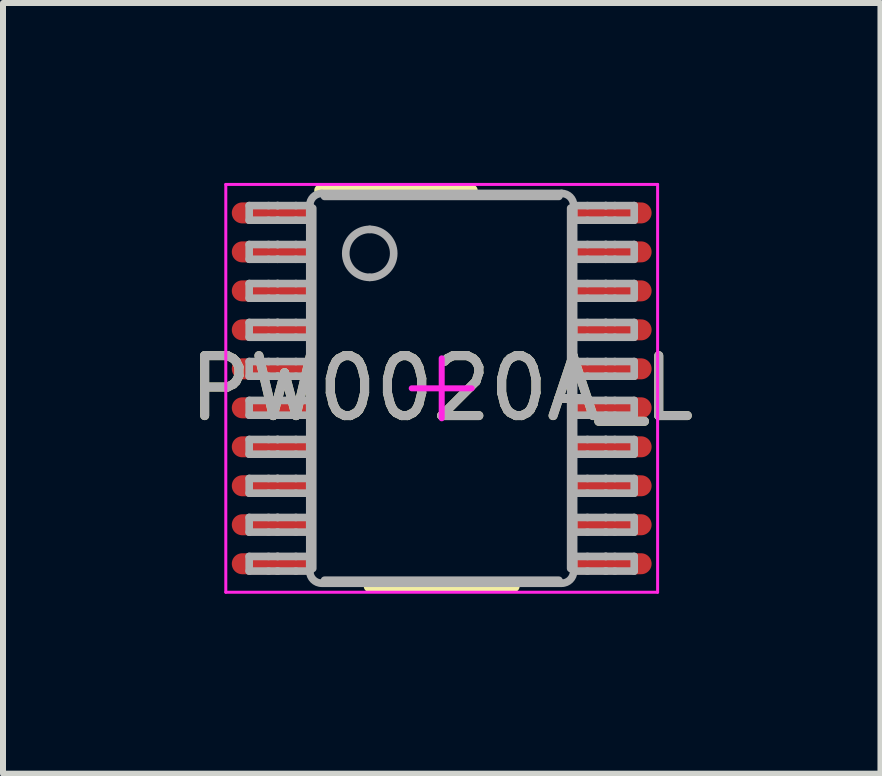
<source format=kicad_pcb>
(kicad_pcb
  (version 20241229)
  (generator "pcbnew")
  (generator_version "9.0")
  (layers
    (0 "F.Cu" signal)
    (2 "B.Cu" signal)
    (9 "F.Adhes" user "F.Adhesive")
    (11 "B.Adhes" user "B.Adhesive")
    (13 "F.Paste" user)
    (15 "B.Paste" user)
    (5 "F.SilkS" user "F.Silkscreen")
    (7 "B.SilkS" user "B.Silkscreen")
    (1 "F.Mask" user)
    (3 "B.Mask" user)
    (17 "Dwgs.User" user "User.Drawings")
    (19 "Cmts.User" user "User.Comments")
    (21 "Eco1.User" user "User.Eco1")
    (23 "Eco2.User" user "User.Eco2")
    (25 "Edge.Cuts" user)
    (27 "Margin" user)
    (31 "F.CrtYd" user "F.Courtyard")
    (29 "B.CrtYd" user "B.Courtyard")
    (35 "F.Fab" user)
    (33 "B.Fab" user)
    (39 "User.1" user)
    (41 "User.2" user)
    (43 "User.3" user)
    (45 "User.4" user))
  (footprint "PW0020A_L"
    (layer "F.Cu")
    (at 4.315 3.425)
    (property "Reference" "PW0020A_L" (at 0 0 0) (unlocked yes) (layer "F.SilkS") (effects (font (size 1 1) (thickness 0.15))))
    (attr smd)
    (fp_line (start -2.025 -3.3) (end 0.5 -3.3) (stroke (width 0.2) (type solid)) (layer "F.SilkS"))
    (fp_line (start -1.2 3.3) (end 1.2 3.3) (stroke (width 0.2) (type solid)) (layer "F.SilkS"))
    (fp_line (start -3.6 -3.4) (end 3.6 -3.4) (stroke (width 0.05) (type solid)) (layer "F.CrtYd"))
    (fp_line (start -3.6 3.4) (end -3.6 -3.4) (stroke (width 0.05) (type solid)) (layer "F.CrtYd"))
    (fp_line (start -3.6 3.4) (end 3.6 3.4) (stroke (width 0.05) (type solid)) (layer "F.CrtYd"))
    (fp_line (start -0.5 0) (end 0.5 0) (stroke (width 0.1) (type solid)) (layer "F.CrtYd"))
    (fp_line (start 0 0.5) (end 0 -0.5) (stroke (width 0.1) (type solid)) (layer "F.CrtYd"))
    (fp_line (start 3.6 3.4) (end 3.6 -3.4) (stroke (width 0.05) (type solid)) (layer "F.CrtYd"))
    (fp_line (start -3.21 -3.047) (end -2.887 -3.047) (stroke (width 0.127) (type solid)) (layer "F.Fab"))
    (fp_line (start -3.21 -2.803) (end -3.21 -3.047) (stroke (width 0.127) (type solid)) (layer "F.Fab"))
    (fp_line (start -3.21 -2.803) (end -2.887 -2.803) (stroke (width 0.127) (type solid)) (layer "F.Fab"))
    (fp_line (start -3.21 -2.398) (end -2.887 -2.398) (stroke (width 0.127) (type solid)) (layer "F.Fab"))
    (fp_line (start -3.21 -2.152) (end -3.21 -2.398) (stroke (width 0.127) (type solid)) (layer "F.Fab"))
    (fp_line (start -3.21 -2.152) (end -2.887 -2.152) (stroke (width 0.127) (type solid)) (layer "F.Fab"))
    (fp_line (start -3.21 -1.747) (end -2.887 -1.747) (stroke (width 0.127) (type solid)) (layer "F.Fab"))
    (fp_line (start -3.21 -1.503) (end -3.21 -1.747) (stroke (width 0.127) (type solid)) (layer "F.Fab"))
    (fp_line (start -3.21 -1.503) (end -2.887 -1.503) (stroke (width 0.127) (type solid)) (layer "F.Fab"))
    (fp_line (start -3.21 -1.098) (end -2.887 -1.098) (stroke (width 0.127) (type solid)) (layer "F.Fab"))
    (fp_line (start -3.21 -0.852) (end -3.21 -1.098) (stroke (width 0.127) (type solid)) (layer "F.Fab"))
    (fp_line (start -3.21 -0.852) (end -2.887 -0.852) (stroke (width 0.127) (type solid)) (layer "F.Fab"))
    (fp_line (start -3.21 -0.447) (end -2.887 -0.447) (stroke (width 0.127) (type solid)) (layer "F.Fab"))
    (fp_line (start -3.21 -0.202) (end -3.21 -0.447) (stroke (width 0.127) (type solid)) (layer "F.Fab"))
    (fp_line (start -3.21 -0.202) (end -2.887 -0.202) (stroke (width 0.127) (type solid)) (layer "F.Fab"))
    (fp_line (start -3.21 0.202) (end -2.887 0.202) (stroke (width 0.127) (type solid)) (layer "F.Fab"))
    (fp_line (start -3.21 0.448) (end -3.21 0.202) (stroke (width 0.127) (type solid)) (layer "F.Fab"))
    (fp_line (start -3.21 0.448) (end -2.887 0.448) (stroke (width 0.127) (type solid)) (layer "F.Fab"))
    (fp_line (start -3.21 0.853) (end -2.887 0.853) (stroke (width 0.127) (type solid)) (layer "F.Fab"))
    (fp_line (start -3.21 1.098) (end -3.21 0.853) (stroke (width 0.127) (type solid)) (layer "F.Fab"))
    (fp_line (start -3.21 1.098) (end -2.887 1.098) (stroke (width 0.127) (type solid)) (layer "F.Fab"))
    (fp_line (start -3.21 1.503) (end -2.887 1.503) (stroke (width 0.127) (type solid)) (layer "F.Fab"))
    (fp_line (start -3.21 1.748) (end -3.21 1.503) (stroke (width 0.127) (type solid)) (layer "F.Fab"))
    (fp_line (start -3.21 1.748) (end -2.887 1.748) (stroke (width 0.127) (type solid)) (layer "F.Fab"))
    (fp_line (start -3.21 2.153) (end -2.887 2.153) (stroke (width 0.127) (type solid)) (layer "F.Fab"))
    (fp_line (start -3.21 2.398) (end -3.21 2.153) (stroke (width 0.127) (type solid)) (layer "F.Fab"))
    (fp_line (start -3.21 2.398) (end -2.887 2.398) (stroke (width 0.127) (type solid)) (layer "F.Fab"))
    (fp_line (start -3.21 2.803) (end -2.887 2.803) (stroke (width 0.127) (type solid)) (layer "F.Fab"))
    (fp_line (start -3.21 3.047) (end -3.21 2.803) (stroke (width 0.127) (type solid)) (layer "F.Fab"))
    (fp_line (start -3.21 3.047) (end -2.887 3.047) (stroke (width 0.127) (type solid)) (layer "F.Fab"))
    (fp_line (start -2.887 -3.047) (end -2.739 -3.047) (stroke (width 0.127) (type solid)) (layer "F.Fab"))
    (fp_line (start -2.887 -2.803) (end -2.739 -2.803) (stroke (width 0.127) (type solid)) (layer "F.Fab"))
    (fp_line (start -2.887 -2.398) (end -2.739 -2.398) (stroke (width 0.127) (type solid)) (layer "F.Fab"))
    (fp_line (start -2.887 -2.152) (end -2.739 -2.152) (stroke (width 0.127) (type solid)) (layer "F.Fab"))
    (fp_line (start -2.887 -1.747) (end -2.739 -1.747) (stroke (width 0.127) (type solid)) (layer "F.Fab"))
    (fp_line (start -2.887 -1.503) (end -2.739 -1.503) (stroke (width 0.127) (type solid)) (layer "F.Fab"))
    (fp_line (start -2.887 -1.098) (end -2.739 -1.098) (stroke (width 0.127) (type solid)) (layer "F.Fab"))
    (fp_line (start -2.887 -0.852) (end -2.739 -0.852) (stroke (width 0.127) (type solid)) (layer "F.Fab"))
    (fp_line (start -2.887 -0.447) (end -2.739 -0.447) (stroke (width 0.127) (type solid)) (layer "F.Fab"))
    (fp_line (start -2.887 -0.202) (end -2.739 -0.202) (stroke (width 0.127) (type solid)) (layer "F.Fab"))
    (fp_line (start -2.887 0.202) (end -2.739 0.202) (stroke (width 0.127) (type solid)) (layer "F.Fab"))
    (fp_line (start -2.887 0.448) (end -2.739 0.448) (stroke (width 0.127) (type solid)) (layer "F.Fab"))
    (fp_line (start -2.887 0.853) (end -2.739 0.853) (stroke (width 0.127) (type solid)) (layer "F.Fab"))
    (fp_line (start -2.887 1.098) (end -2.739 1.098) (stroke (width 0.127) (type solid)) (layer "F.Fab"))
    (fp_line (start -2.887 1.503) (end -2.739 1.503) (stroke (width 0.127) (type solid)) (layer "F.Fab"))
    (fp_line (start -2.887 1.748) (end -2.739 1.748) (stroke (width 0.127) (type solid)) (layer "F.Fab"))
    (fp_line (start -2.887 2.153) (end -2.739 2.153) (stroke (width 0.127) (type solid)) (layer "F.Fab"))
    (fp_line (start -2.887 2.398) (end -2.739 2.398) (stroke (width 0.127) (type solid)) (layer "F.Fab"))
    (fp_line (start -2.887 2.803) (end -2.739 2.803) (stroke (width 0.127) (type solid)) (layer "F.Fab"))
    (fp_line (start -2.887 3.047) (end -2.739 3.047) (stroke (width 0.127) (type solid)) (layer "F.Fab"))
    (fp_line (start -2.739 -3.047) (end -2.733 -3.047) (stroke (width 0.127) (type solid)) (layer "F.Fab"))
    (fp_line (start -2.739 -2.803) (end -2.733 -2.803) (stroke (width 0.127) (type solid)) (layer "F.Fab"))
    (fp_line (start -2.739 -2.398) (end -2.733 -2.398) (stroke (width 0.127) (type solid)) (layer "F.Fab"))
    (fp_line (start -2.739 -2.152) (end -2.733 -2.152) (stroke (width 0.127) (type solid)) (layer "F.Fab"))
    (fp_line (start -2.739 -1.747) (end -2.733 -1.747) (stroke (width 0.127) (type solid)) (layer "F.Fab"))
    (fp_line (start -2.739 -1.503) (end -2.733 -1.503) (stroke (width 0.127) (type solid)) (layer "F.Fab"))
    (fp_line (start -2.739 -1.098) (end -2.733 -1.098) (stroke (width 0.127) (type solid)) (layer "F.Fab"))
    (fp_line (start -2.739 -0.852) (end -2.733 -0.852) (stroke (width 0.127) (type solid)) (layer "F.Fab"))
    (fp_line (start -2.739 -0.447) (end -2.733 -0.447) (stroke (width 0.127) (type solid)) (layer "F.Fab"))
    (fp_line (start -2.739 -0.202) (end -2.733 -0.202) (stroke (width 0.127) (type solid)) (layer "F.Fab"))
    (fp_line (start -2.739 0.202) (end -2.733 0.202) (stroke (width 0.127) (type solid)) (layer "F.Fab"))
    (fp_line (start -2.739 0.448) (end -2.733 0.448) (stroke (width 0.127) (type solid)) (layer "F.Fab"))
    (fp_line (start -2.739 0.853) (end -2.733 0.853) (stroke (width 0.127) (type solid)) (layer "F.Fab"))
    (fp_line (start -2.739 1.098) (end -2.733 1.098) (stroke (width 0.127) (type solid)) (layer "F.Fab"))
    (fp_line (start -2.739 1.503) (end -2.733 1.503) (stroke (width 0.127) (type solid)) (layer "F.Fab"))
    (fp_line (start -2.739 1.748) (end -2.733 1.748) (stroke (width 0.127) (type solid)) (layer "F.Fab"))
    (fp_line (start -2.739 2.153) (end -2.733 2.153) (stroke (width 0.127) (type solid)) (layer "F.Fab"))
    (fp_line (start -2.739 2.398) (end -2.733 2.398) (stroke (width 0.127) (type solid)) (layer "F.Fab"))
    (fp_line (start -2.739 2.803) (end -2.733 2.803) (stroke (width 0.127) (type solid)) (layer "F.Fab"))
    (fp_line (start -2.739 3.047) (end -2.733 3.047) (stroke (width 0.127) (type solid)) (layer "F.Fab"))
    (fp_line (start -2.733 -3.047) (end -2.431 -3.047) (stroke (width 0.127) (type solid)) (layer "F.Fab"))
    (fp_line (start -2.733 -2.803) (end -2.431 -2.803) (stroke (width 0.127) (type solid)) (layer "F.Fab"))
    (fp_line (start -2.733 -2.398) (end -2.431 -2.398) (stroke (width 0.127) (type solid)) (layer "F.Fab"))
    (fp_line (start -2.733 -2.152) (end -2.431 -2.152) (stroke (width 0.127) (type solid)) (layer "F.Fab"))
    (fp_line (start -2.733 -1.747) (end -2.431 -1.747) (stroke (width 0.127) (type solid)) (layer "F.Fab"))
    (fp_line (start -2.733 -1.503) (end -2.431 -1.503) (stroke (width 0.127) (type solid)) (layer "F.Fab"))
    (fp_line (start -2.733 -1.098) (end -2.431 -1.098) (stroke (width 0.127) (type solid)) (layer "F.Fab"))
    (fp_line (start -2.733 -0.852) (end -2.431 -0.852) (stroke (width 0.127) (type solid)) (layer "F.Fab"))
    (fp_line (start -2.733 -0.447) (end -2.431 -0.447) (stroke (width 0.127) (type solid)) (layer "F.Fab"))
    (fp_line (start -2.733 -0.202) (end -2.431 -0.202) (stroke (width 0.127) (type solid)) (layer "F.Fab"))
    (fp_line (start -2.733 0.202) (end -2.431 0.202) (stroke (width 0.127) (type solid)) (layer "F.Fab"))
    (fp_line (start -2.733 0.448) (end -2.431 0.448) (stroke (width 0.127) (type solid)) (layer "F.Fab"))
    (fp_line (start -2.733 0.853) (end -2.431 0.853) (stroke (width 0.127) (type solid)) (layer "F.Fab"))
    (fp_line (start -2.733 1.098) (end -2.431 1.098) (stroke (width 0.127) (type solid)) (layer "F.Fab"))
    (fp_line (start -2.733 1.503) (end -2.431 1.503) (stroke (width 0.127) (type solid)) (layer "F.Fab"))
    (fp_line (start -2.733 1.748) (end -2.431 1.748) (stroke (width 0.127) (type solid)) (layer "F.Fab"))
    (fp_line (start -2.733 2.153) (end -2.431 2.153) (stroke (width 0.127) (type solid)) (layer "F.Fab"))
    (fp_line (start -2.733 2.398) (end -2.431 2.398) (stroke (width 0.127) (type solid)) (layer "F.Fab"))
    (fp_line (start -2.733 2.803) (end -2.431 2.803) (stroke (width 0.127) (type solid)) (layer "F.Fab"))
    (fp_line (start -2.733 3.047) (end -2.431 3.047) (stroke (width 0.127) (type solid)) (layer "F.Fab"))
    (fp_line (start -2.431 -3.047) (end -2.2 -3.047) (stroke (width 0.127) (type solid)) (layer "F.Fab"))
    (fp_line (start -2.431 -2.803) (end -2.2 -2.803) (stroke (width 0.127) (type solid)) (layer "F.Fab"))
    (fp_line (start -2.431 -2.398) (end -2.2 -2.398) (stroke (width 0.127) (type solid)) (layer "F.Fab"))
    (fp_line (start -2.431 -2.152) (end -2.2 -2.152) (stroke (width 0.127) (type solid)) (layer "F.Fab"))
    (fp_line (start -2.431 -1.747) (end -2.2 -1.747) (stroke (width 0.127) (type solid)) (layer "F.Fab"))
    (fp_line (start -2.431 -1.503) (end -2.2 -1.503) (stroke (width 0.127) (type solid)) (layer "F.Fab"))
    (fp_line (start -2.431 -1.098) (end -2.2 -1.098) (stroke (width 0.127) (type solid)) (layer "F.Fab"))
    (fp_line (start -2.431 -0.852) (end -2.2 -0.852) (stroke (width 0.127) (type solid)) (layer "F.Fab"))
    (fp_line (start -2.431 -0.447) (end -2.2 -0.447) (stroke (width 0.127) (type solid)) (layer "F.Fab"))
    (fp_line (start -2.431 -0.202) (end -2.2 -0.202) (stroke (width 0.127) (type solid)) (layer "F.Fab"))
    (fp_line (start -2.431 0.202) (end -2.2 0.202) (stroke (width 0.127) (type solid)) (layer "F.Fab"))
    (fp_line (start -2.431 0.448) (end -2.2 0.448) (stroke (width 0.127) (type solid)) (layer "F.Fab"))
    (fp_line (start -2.431 0.853) (end -2.2 0.853) (stroke (width 0.127) (type solid)) (layer "F.Fab"))
    (fp_line (start -2.431 1.098) (end -2.2 1.098) (stroke (width 0.127) (type solid)) (layer "F.Fab"))
    (fp_line (start -2.431 1.503) (end -2.2 1.503) (stroke (width 0.127) (type solid)) (layer "F.Fab"))
    (fp_line (start -2.431 1.748) (end -2.2 1.748) (stroke (width 0.127) (type solid)) (layer "F.Fab"))
    (fp_line (start -2.431 2.153) (end -2.2 2.153) (stroke (width 0.127) (type solid)) (layer "F.Fab"))
    (fp_line (start -2.431 2.398) (end -2.2 2.398) (stroke (width 0.127) (type solid)) (layer "F.Fab"))
    (fp_line (start -2.431 2.803) (end -2.2 2.803) (stroke (width 0.127) (type solid)) (layer "F.Fab"))
    (fp_line (start -2.431 3.047) (end -2.2 3.047) (stroke (width 0.127) (type solid)) (layer "F.Fab"))
    (fp_line (start -2.2 -2.803) (end -2.2 -3.047) (stroke (width 0.127) (type solid)) (layer "F.Fab"))
    (fp_line (start -2.2 -2.152) (end -2.2 -2.398) (stroke (width 0.127) (type solid)) (layer "F.Fab"))
    (fp_line (start -2.2 -1.503) (end -2.2 -1.747) (stroke (width 0.127) (type solid)) (layer "F.Fab"))
    (fp_line (start -2.2 -0.852) (end -2.2 -1.098) (stroke (width 0.127) (type solid)) (layer "F.Fab"))
    (fp_line (start -2.2 -0.202) (end -2.2 -0.447) (stroke (width 0.127) (type solid)) (layer "F.Fab"))
    (fp_line (start -2.2 0.448) (end -2.2 0.202) (stroke (width 0.127) (type solid)) (layer "F.Fab"))
    (fp_line (start -2.2 1.098) (end -2.2 0.853) (stroke (width 0.127) (type solid)) (layer "F.Fab"))
    (fp_line (start -2.2 1.748) (end -2.2 1.503) (stroke (width 0.127) (type solid)) (layer "F.Fab"))
    (fp_line (start -2.2 2.398) (end -2.2 2.153) (stroke (width 0.127) (type solid)) (layer "F.Fab"))
    (fp_line (start -2.2 3.047) (end -2.2 2.803) (stroke (width 0.127) (type solid)) (layer "F.Fab"))
    (fp_line (start -2.2 3.05) (end -2.2 -3.05) (stroke (width 0.127) (type solid)) (layer "F.Fab"))
    (fp_line (start -2.15 3.004) (end -2.15 -3.004) (stroke (width 0.127) (type solid)) (layer "F.Fab"))
    (fp_line (start -2 -3.25) (end 2 -3.25) (stroke (width 0.127) (type solid)) (layer "F.Fab"))
    (fp_line (start -2 3.25) (end 2 3.25) (stroke (width 0.127) (type solid)) (layer "F.Fab"))
    (fp_line (start -1.954 -3.2) (end 1.954 -3.2) (stroke (width 0.127) (type solid)) (layer "F.Fab"))
    (fp_line (start -1.954 3.2) (end 1.954 3.2) (stroke (width 0.127) (type solid)) (layer "F.Fab"))
    (fp_line (start 2.15 3.004) (end 2.15 -3.004) (stroke (width 0.127) (type solid)) (layer "F.Fab"))
    (fp_line (start 2.2 -3.047) (end 2.43 -3.047) (stroke (width 0.127) (type solid)) (layer "F.Fab"))
    (fp_line (start 2.2 -2.803) (end 2.2 -3.047) (stroke (width 0.127) (type solid)) (layer "F.Fab"))
    (fp_line (start 2.2 -2.803) (end 2.43 -2.803) (stroke (width 0.127) (type solid)) (layer "F.Fab"))
    (fp_line (start 2.2 -2.398) (end 2.43 -2.398) (stroke (width 0.127) (type solid)) (layer "F.Fab"))
    (fp_line (start 2.2 -2.152) (end 2.2 -2.398) (stroke (width 0.127) (type solid)) (layer "F.Fab"))
    (fp_line (start 2.2 -2.152) (end 2.43 -2.152) (stroke (width 0.127) (type solid)) (layer "F.Fab"))
    (fp_line (start 2.2 -1.747) (end 2.43 -1.747) (stroke (width 0.127) (type solid)) (layer "F.Fab"))
    (fp_line (start 2.2 -1.503) (end 2.2 -1.747) (stroke (width 0.127) (type solid)) (layer "F.Fab"))
    (fp_line (start 2.2 -1.503) (end 2.43 -1.503) (stroke (width 0.127) (type solid)) (layer "F.Fab"))
    (fp_line (start 2.2 -1.098) (end 2.43 -1.098) (stroke (width 0.127) (type solid)) (layer "F.Fab"))
    (fp_line (start 2.2 -0.852) (end 2.2 -1.098) (stroke (width 0.127) (type solid)) (layer "F.Fab"))
    (fp_line (start 2.2 -0.852) (end 2.43 -0.852) (stroke (width 0.127) (type solid)) (layer "F.Fab"))
    (fp_line (start 2.2 -0.447) (end 2.43 -0.447) (stroke (width 0.127) (type solid)) (layer "F.Fab"))
    (fp_line (start 2.2 -0.202) (end 2.2 -0.447) (stroke (width 0.127) (type solid)) (layer "F.Fab"))
    (fp_line (start 2.2 -0.202) (end 2.43 -0.202) (stroke (width 0.127) (type solid)) (layer "F.Fab"))
    (fp_line (start 2.2 0.202) (end 2.43 0.202) (stroke (width 0.127) (type solid)) (layer "F.Fab"))
    (fp_line (start 2.2 0.448) (end 2.2 0.202) (stroke (width 0.127) (type solid)) (layer "F.Fab"))
    (fp_line (start 2.2 0.448) (end 2.43 0.448) (stroke (width 0.127) (type solid)) (layer "F.Fab"))
    (fp_line (start 2.2 0.853) (end 2.43 0.853) (stroke (width 0.127) (type solid)) (layer "F.Fab"))
    (fp_line (start 2.2 1.098) (end 2.2 0.853) (stroke (width 0.127) (type solid)) (layer "F.Fab"))
    (fp_line (start 2.2 1.098) (end 2.43 1.098) (stroke (width 0.127) (type solid)) (layer "F.Fab"))
    (fp_line (start 2.2 1.503) (end 2.43 1.503) (stroke (width 0.127) (type solid)) (layer "F.Fab"))
    (fp_line (start 2.2 1.748) (end 2.2 1.503) (stroke (width 0.127) (type solid)) (layer "F.Fab"))
    (fp_line (start 2.2 1.748) (end 2.43 1.748) (stroke (width 0.127) (type solid)) (layer "F.Fab"))
    (fp_line (start 2.2 2.153) (end 2.43 2.153) (stroke (width 0.127) (type solid)) (layer "F.Fab"))
    (fp_line (start 2.2 2.398) (end 2.2 2.153) (stroke (width 0.127) (type solid)) (layer "F.Fab"))
    (fp_line (start 2.2 2.398) (end 2.43 2.398) (stroke (width 0.127) (type solid)) (layer "F.Fab"))
    (fp_line (start 2.2 2.803) (end 2.43 2.803) (stroke (width 0.127) (type solid)) (layer "F.Fab"))
    (fp_line (start 2.2 3.047) (end 2.2 2.803) (stroke (width 0.127) (type solid)) (layer "F.Fab"))
    (fp_line (start 2.2 3.047) (end 2.43 3.047) (stroke (width 0.127) (type solid)) (layer "F.Fab"))
    (fp_line (start 2.2 3.05) (end 2.2 -3.05) (stroke (width 0.127) (type solid)) (layer "F.Fab"))
    (fp_line (start 2.43 -3.047) (end 2.733 -3.047) (stroke (width 0.127) (type solid)) (layer "F.Fab"))
    (fp_line (start 2.43 -2.803) (end 2.733 -2.803) (stroke (width 0.127) (type solid)) (layer "F.Fab"))
    (fp_line (start 2.43 -2.398) (end 2.733 -2.398) (stroke (width 0.127) (type solid)) (layer "F.Fab"))
    (fp_line (start 2.43 -2.152) (end 2.733 -2.152) (stroke (width 0.127) (type solid)) (layer "F.Fab"))
    (fp_line (start 2.43 -1.747) (end 2.733 -1.747) (stroke (width 0.127) (type solid)) (layer "F.Fab"))
    (fp_line (start 2.43 -1.503) (end 2.733 -1.503) (stroke (width 0.127) (type solid)) (layer "F.Fab"))
    (fp_line (start 2.43 -1.098) (end 2.733 -1.098) (stroke (width 0.127) (type solid)) (layer "F.Fab"))
    (fp_line (start 2.43 -0.852) (end 2.733 -0.852) (stroke (width 0.127) (type solid)) (layer "F.Fab"))
    (fp_line (start 2.43 -0.447) (end 2.733 -0.447) (stroke (width 0.127) (type solid)) (layer "F.Fab"))
    (fp_line (start 2.43 -0.202) (end 2.733 -0.202) (stroke (width 0.127) (type solid)) (layer "F.Fab"))
    (fp_line (start 2.43 0.202) (end 2.733 0.202) (stroke (width 0.127) (type solid)) (layer "F.Fab"))
    (fp_line (start 2.43 0.448) (end 2.733 0.448) (stroke (width 0.127) (type solid)) (layer "F.Fab"))
    (fp_line (start 2.43 0.853) (end 2.733 0.853) (stroke (width 0.127) (type solid)) (layer "F.Fab"))
    (fp_line (start 2.43 1.098) (end 2.733 1.098) (stroke (width 0.127) (type solid)) (layer "F.Fab"))
    (fp_line (start 2.43 1.503) (end 2.733 1.503) (stroke (width 0.127) (type solid)) (layer "F.Fab"))
    (fp_line (start 2.43 1.748) (end 2.733 1.748) (stroke (width 0.127) (type solid)) (layer "F.Fab"))
    (fp_line (start 2.43 2.153) (end 2.733 2.153) (stroke (width 0.127) (type solid)) (layer "F.Fab"))
    (fp_line (start 2.43 2.398) (end 2.733 2.398) (stroke (width 0.127) (type solid)) (layer "F.Fab"))
    (fp_line (start 2.43 2.803) (end 2.733 2.803) (stroke (width 0.127) (type solid)) (layer "F.Fab"))
    (fp_line (start 2.43 3.047) (end 2.733 3.047) (stroke (width 0.127) (type solid)) (layer "F.Fab"))
    (fp_line (start 2.733 -3.047) (end 2.739 -3.047) (stroke (width 0.127) (type solid)) (layer "F.Fab"))
    (fp_line (start 2.733 -2.803) (end 2.739 -2.803) (stroke (width 0.127) (type solid)) (layer "F.Fab"))
    (fp_line (start 2.733 -2.398) (end 2.739 -2.398) (stroke (width 0.127) (type solid)) (layer "F.Fab"))
    (fp_line (start 2.733 -2.152) (end 2.739 -2.152) (stroke (width 0.127) (type solid)) (layer "F.Fab"))
    (fp_line (start 2.733 -1.747) (end 2.739 -1.747) (stroke (width 0.127) (type solid)) (layer "F.Fab"))
    (fp_line (start 2.733 -1.503) (end 2.739 -1.503) (stroke (width 0.127) (type solid)) (layer "F.Fab"))
    (fp_line (start 2.733 -1.098) (end 2.739 -1.098) (stroke (width 0.127) (type solid)) (layer "F.Fab"))
    (fp_line (start 2.733 -0.852) (end 2.739 -0.852) (stroke (width 0.127) (type solid)) (layer "F.Fab"))
    (fp_line (start 2.733 -0.447) (end 2.739 -0.447) (stroke (width 0.127) (type solid)) (layer "F.Fab"))
    (fp_line (start 2.733 -0.202) (end 2.739 -0.202) (stroke (width 0.127) (type solid)) (layer "F.Fab"))
    (fp_line (start 2.733 0.202) (end 2.739 0.202) (stroke (width 0.127) (type solid)) (layer "F.Fab"))
    (fp_line (start 2.733 0.448) (end 2.739 0.448) (stroke (width 0.127) (type solid)) (layer "F.Fab"))
    (fp_line (start 2.733 0.853) (end 2.739 0.853) (stroke (width 0.127) (type solid)) (layer "F.Fab"))
    (fp_line (start 2.733 1.098) (end 2.739 1.098) (stroke (width 0.127) (type solid)) (layer "F.Fab"))
    (fp_line (start 2.733 1.503) (end 2.739 1.503) (stroke (width 0.127) (type solid)) (layer "F.Fab"))
    (fp_line (start 2.733 1.748) (end 2.739 1.748) (stroke (width 0.127) (type solid)) (layer "F.Fab"))
    (fp_line (start 2.733 2.153) (end 2.739 2.153) (stroke (width 0.127) (type solid)) (layer "F.Fab"))
    (fp_line (start 2.733 2.398) (end 2.739 2.398) (stroke (width 0.127) (type solid)) (layer "F.Fab"))
    (fp_line (start 2.733 2.803) (end 2.739 2.803) (stroke (width 0.127) (type solid)) (layer "F.Fab"))
    (fp_line (start 2.733 3.047) (end 2.739 3.047) (stroke (width 0.127) (type solid)) (layer "F.Fab"))
    (fp_line (start 2.739 -3.047) (end 2.887 -3.047) (stroke (width 0.127) (type solid)) (layer "F.Fab"))
    (fp_line (start 2.739 -2.803) (end 2.887 -2.803) (stroke (width 0.127) (type solid)) (layer "F.Fab"))
    (fp_line (start 2.739 -2.398) (end 2.887 -2.398) (stroke (width 0.127) (type solid)) (layer "F.Fab"))
    (fp_line (start 2.739 -2.152) (end 2.887 -2.152) (stroke (width 0.127) (type solid)) (layer "F.Fab"))
    (fp_line (start 2.739 -1.747) (end 2.887 -1.747) (stroke (width 0.127) (type solid)) (layer "F.Fab"))
    (fp_line (start 2.739 -1.503) (end 2.887 -1.503) (stroke (width 0.127) (type solid)) (layer "F.Fab"))
    (fp_line (start 2.739 -1.098) (end 2.887 -1.098) (stroke (width 0.127) (type solid)) (layer "F.Fab"))
    (fp_line (start 2.739 -0.852) (end 2.887 -0.852) (stroke (width 0.127) (type solid)) (layer "F.Fab"))
    (fp_line (start 2.739 -0.447) (end 2.887 -0.447) (stroke (width 0.127) (type solid)) (layer "F.Fab"))
    (fp_line (start 2.739 -0.202) (end 2.887 -0.202) (stroke (width 0.127) (type solid)) (layer "F.Fab"))
    (fp_line (start 2.739 0.202) (end 2.887 0.202) (stroke (width 0.127) (type solid)) (layer "F.Fab"))
    (fp_line (start 2.739 0.448) (end 2.887 0.448) (stroke (width 0.127) (type solid)) (layer "F.Fab"))
    (fp_line (start 2.739 0.853) (end 2.887 0.853) (stroke (width 0.127) (type solid)) (layer "F.Fab"))
    (fp_line (start 2.739 1.098) (end 2.887 1.098) (stroke (width 0.127) (type solid)) (layer "F.Fab"))
    (fp_line (start 2.739 1.503) (end 2.887 1.503) (stroke (width 0.127) (type solid)) (layer "F.Fab"))
    (fp_line (start 2.739 1.748) (end 2.887 1.748) (stroke (width 0.127) (type solid)) (layer "F.Fab"))
    (fp_line (start 2.739 2.153) (end 2.887 2.153) (stroke (width 0.127) (type solid)) (layer "F.Fab"))
    (fp_line (start 2.739 2.398) (end 2.887 2.398) (stroke (width 0.127) (type solid)) (layer "F.Fab"))
    (fp_line (start 2.739 2.803) (end 2.887 2.803) (stroke (width 0.127) (type solid)) (layer "F.Fab"))
    (fp_line (start 2.739 3.047) (end 2.887 3.047) (stroke (width 0.127) (type solid)) (layer "F.Fab"))
    (fp_line (start 2.887 -3.047) (end 3.21 -3.047) (stroke (width 0.127) (type solid)) (layer "F.Fab"))
    (fp_line (start 2.887 -2.803) (end 3.21 -2.803) (stroke (width 0.127) (type solid)) (layer "F.Fab"))
    (fp_line (start 2.887 -2.398) (end 3.21 -2.398) (stroke (width 0.127) (type solid)) (layer "F.Fab"))
    (fp_line (start 2.887 -2.152) (end 3.21 -2.152) (stroke (width 0.127) (type solid)) (layer "F.Fab"))
    (fp_line (start 2.887 -1.747) (end 3.21 -1.747) (stroke (width 0.127) (type solid)) (layer "F.Fab"))
    (fp_line (start 2.887 -1.503) (end 3.21 -1.503) (stroke (width 0.127) (type solid)) (layer "F.Fab"))
    (fp_line (start 2.887 -1.098) (end 3.21 -1.098) (stroke (width 0.127) (type solid)) (layer "F.Fab"))
    (fp_line (start 2.887 -0.852) (end 3.21 -0.852) (stroke (width 0.127) (type solid)) (layer "F.Fab"))
    (fp_line (start 2.887 -0.447) (end 3.21 -0.447) (stroke (width 0.127) (type solid)) (layer "F.Fab"))
    (fp_line (start 2.887 -0.202) (end 3.21 -0.202) (stroke (width 0.127) (type solid)) (layer "F.Fab"))
    (fp_line (start 2.887 0.202) (end 3.21 0.202) (stroke (width 0.127) (type solid)) (layer "F.Fab"))
    (fp_line (start 2.887 0.448) (end 3.21 0.448) (stroke (width 0.127) (type solid)) (layer "F.Fab"))
    (fp_line (start 2.887 0.853) (end 3.21 0.853) (stroke (width 0.127) (type solid)) (layer "F.Fab"))
    (fp_line (start 2.887 1.098) (end 3.21 1.098) (stroke (width 0.127) (type solid)) (layer "F.Fab"))
    (fp_line (start 2.887 1.503) (end 3.21 1.503) (stroke (width 0.127) (type solid)) (layer "F.Fab"))
    (fp_line (start 2.887 1.748) (end 3.21 1.748) (stroke (width 0.127) (type solid)) (layer "F.Fab"))
    (fp_line (start 2.887 2.153) (end 3.21 2.153) (stroke (width 0.127) (type solid)) (layer "F.Fab"))
    (fp_line (start 2.887 2.398) (end 3.21 2.398) (stroke (width 0.127) (type solid)) (layer "F.Fab"))
    (fp_line (start 2.887 2.803) (end 3.21 2.803) (stroke (width 0.127) (type solid)) (layer "F.Fab"))
    (fp_line (start 2.887 3.047) (end 3.21 3.047) (stroke (width 0.127) (type solid)) (layer "F.Fab"))
    (fp_line (start 3.21 -2.803) (end 3.21 -3.047) (stroke (width 0.127) (type solid)) (layer "F.Fab"))
    (fp_line (start 3.21 -2.152) (end 3.21 -2.398) (stroke (width 0.127) (type solid)) (layer "F.Fab"))
    (fp_line (start 3.21 -1.503) (end 3.21 -1.747) (stroke (width 0.127) (type solid)) (layer "F.Fab"))
    (fp_line (start 3.21 -0.852) (end 3.21 -1.098) (stroke (width 0.127) (type solid)) (layer "F.Fab"))
    (fp_line (start 3.21 -0.202) (end 3.21 -0.447) (stroke (width 0.127) (type solid)) (layer "F.Fab"))
    (fp_line (start 3.21 0.448) (end 3.21 0.202) (stroke (width 0.127) (type solid)) (layer "F.Fab"))
    (fp_line (start 3.21 1.098) (end 3.21 0.853) (stroke (width 0.127) (type solid)) (layer "F.Fab"))
    (fp_line (start 3.21 1.748) (end 3.21 1.503) (stroke (width 0.127) (type solid)) (layer "F.Fab"))
    (fp_line (start 3.21 2.398) (end 3.21 2.153) (stroke (width 0.127) (type solid)) (layer "F.Fab"))
    (fp_line (start 3.21 3.047) (end 3.21 2.803) (stroke (width 0.127) (type solid)) (layer "F.Fab"))
    (fp_arc (start -2.200026 -3.050001) (mid -2.141435 -3.191428) (end -2.000001 -3.250001) (stroke (width 0.127) (type solid)) (layer "F.Fab"))
    (fp_arc (start -2.000001 3.250011) (mid -2.141435 3.191438) (end -2.200026 3.050012) (stroke (width 0.127) (type solid)) (layer "F.Fab"))
    (fp_arc (start -1.200003 -2.650002) (mid -0.800003 -2.250003) (end -1.200003 -1.850004) (stroke (width 0.127) (type solid)) (layer "F.Fab"))
    (fp_arc (start -1.200003 -1.850004) (mid -1.600002 -2.250003) (end -1.200003 -2.650002) (stroke (width 0.127) (type solid)) (layer "F.Fab"))
    (fp_arc (start 1.999991 -3.250001) (mid 2.141412 -3.191423) (end 2.199991 -3.050002) (stroke (width 0.127) (type solid)) (layer "F.Fab"))
    (fp_arc (start 2.199991 3.050012) (mid 2.141412 3.191433) (end 1.999991 3.250011) (stroke (width 0.127) (type solid)) (layer "F.Fab"))
    (fp_text user "${REFERENCE}" (at 0 0 0) (unlocked yes) (layer "F.Fab") (effects (font (size 1 1) (thickness 0.15))))
    (pad "1" smd oval (at -2.8 -2.925 90) (size 0.35 1.4) (layers "F.Cu" "F.Mask" "F.Paste"))
    (pad "2" smd oval (at -2.8 -2.275 90) (size 0.35 1.4) (layers "F.Cu" "F.Mask" "F.Paste"))
    (pad "3" smd oval (at -2.8 -1.625 90) (size 0.35 1.4) (layers "F.Cu" "F.Mask" "F.Paste"))
    (pad "4" smd oval (at -2.8 -0.975 90) (size 0.35 1.4) (layers "F.Cu" "F.Mask" "F.Paste"))
    (pad "5" smd oval (at -2.8 -0.325 90) (size 0.35 1.4) (layers "F.Cu" "F.Mask" "F.Paste"))
    (pad "6" smd oval (at -2.8 0.325 90) (size 0.35 1.4) (layers "F.Cu" "F.Mask" "F.Paste"))
    (pad "7" smd oval (at -2.8 0.975 90) (size 0.35 1.4) (layers "F.Cu" "F.Mask" "F.Paste"))
    (pad "8" smd oval (at -2.8 1.625 90) (size 0.35 1.4) (layers "F.Cu" "F.Mask" "F.Paste"))
    (pad "9" smd oval (at -2.8 2.275 90) (size 0.35 1.4) (layers "F.Cu" "F.Mask" "F.Paste"))
    (pad "10" smd oval (at -2.8 2.925 90) (size 0.35 1.4) (layers "F.Cu" "F.Mask" "F.Paste"))
    (pad "11" smd oval (at 2.8 2.925 90) (size 0.35 1.4) (layers "F.Cu" "F.Mask" "F.Paste"))
    (pad "12" smd oval (at 2.8 2.275 90) (size 0.35 1.4) (layers "F.Cu" "F.Mask" "F.Paste"))
    (pad "13" smd oval (at 2.8 1.625 90) (size 0.35 1.4) (layers "F.Cu" "F.Mask" "F.Paste"))
    (pad "14" smd oval (at 2.8 0.975 90) (size 0.35 1.4) (layers "F.Cu" "F.Mask" "F.Paste"))
    (pad "15" smd oval (at 2.8 0.325 90) (size 0.35 1.4) (layers "F.Cu" "F.Mask" "F.Paste"))
    (pad "16" smd oval (at 2.8 -0.325 90) (size 0.35 1.4) (layers "F.Cu" "F.Mask" "F.Paste"))
    (pad "17" smd oval (at 2.8 -0.975 90) (size 0.35 1.4) (layers "F.Cu" "F.Mask" "F.Paste"))
    (pad "18" smd oval (at 2.8 -1.625 90) (size 0.35 1.4) (layers "F.Cu" "F.Mask" "F.Paste"))
    (pad "19" smd oval (at 2.8 -2.275 90) (size 0.35 1.4) (layers "F.Cu" "F.Mask" "F.Paste"))
    (pad "20" smd oval (at 2.8 -2.925 90) (size 0.35 1.4) (layers "F.Cu" "F.Mask" "F.Paste")))
  (gr_rect
    (start -3 -3)
    (end 11.631 9.85)
    (stroke (width 0.1) (type default))
    (fill no)
    (layer "Edge.Cuts")))
</source>
